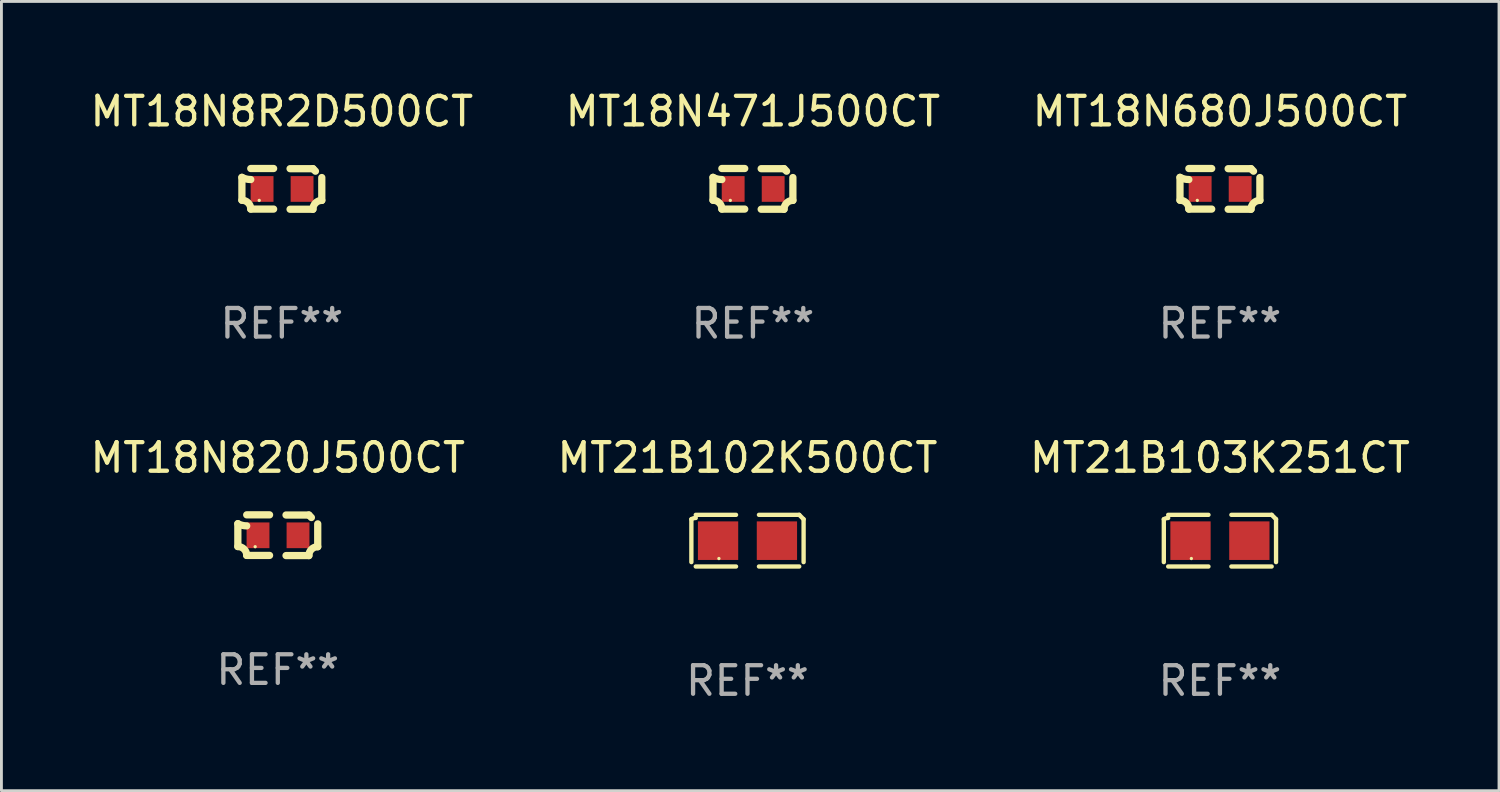
<source format=kicad_pcb>
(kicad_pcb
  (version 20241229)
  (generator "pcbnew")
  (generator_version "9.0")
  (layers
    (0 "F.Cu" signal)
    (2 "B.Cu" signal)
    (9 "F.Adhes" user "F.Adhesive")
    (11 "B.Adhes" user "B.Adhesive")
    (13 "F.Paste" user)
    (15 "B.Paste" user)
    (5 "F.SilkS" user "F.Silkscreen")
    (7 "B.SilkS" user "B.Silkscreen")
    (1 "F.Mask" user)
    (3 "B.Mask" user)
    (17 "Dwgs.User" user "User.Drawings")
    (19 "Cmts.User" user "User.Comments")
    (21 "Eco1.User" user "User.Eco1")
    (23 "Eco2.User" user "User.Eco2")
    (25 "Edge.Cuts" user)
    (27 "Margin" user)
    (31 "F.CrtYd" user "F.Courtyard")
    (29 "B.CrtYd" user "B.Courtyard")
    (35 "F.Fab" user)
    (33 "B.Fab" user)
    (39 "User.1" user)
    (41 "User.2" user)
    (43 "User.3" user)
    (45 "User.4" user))
  (footprint "MT18N680J500CT"
    (layer "F.Cu")
    (at 39.649 3.561)
    (property "Reference" "MT18N680J500CT" (at 0 -2.713 0) (layer "F.SilkS") (effects (font (size 1 1) (thickness 0.15))))
    (attr through_hole)
    (fp_line (start -1.398 -0.403) (end -1.398 0.397) (stroke (width 0.254) (type solid)) (layer "F.SilkS"))
    (fp_line (start -0.288 -0.713) (end -1.088 -0.713) (stroke (width 0.254) (type solid)) (layer "F.SilkS"))
    (fp_line (start -0.288 0.707) (end -1.088 0.707) (stroke (width 0.254) (type solid)) (layer "F.SilkS"))
    (fp_line (start 0.288 -0.707) (end 1.088 -0.707) (stroke (width 0.254) (type solid)) (layer "F.SilkS"))
    (fp_line (start 0.288 0.713) (end 1.088 0.713) (stroke (width 0.254) (type solid)) (layer "F.SilkS"))
    (fp_line (start 1.398 -0.397) (end 1.398 0.403) (stroke (width 0.254) (type solid)) (layer "F.SilkS"))
    (fp_arc (start -1.397789 0.397066) (mid -1.178701 0.487826) (end -1.08796 0.706922) (stroke (width 0.254001) (type solid)) (layer "F.SilkS"))
    (fp_arc (start -1.08796 -0.327176) (mid -1.247436 -0.346384) (end -1.39779 -0.402908) (stroke (width 0.254001) (type solid)) (layer "F.SilkS"))
    (fp_arc (start 1.087909 0.712738) (mid 1.178656 0.493655) (end 1.397739 0.402908) (stroke (width 0.254001) (type solid)) (layer "F.SilkS"))
    (fp_arc (start 1.175925 -0.618926) (mid 1.131917 -0.662923) (end 1.08791 -0.706922) (stroke (width 0.254001) (type solid)) (layer "F.SilkS"))
    (fp_circle (center -0.792 0.403) (end -0.762 0.403) (stroke (width 0.06) (type solid)) (fill no) (layer "F.SilkS"))
    (fp_text user "REF**" (at 0 4.713 0) (layer "F.Fab") (effects (font (size 1 1) (thickness 0.15))))
    (pad "1" smd rect (at -0.692 0.003) (size 0.8 0.9) (layers "F.Cu" "F.Mask" "F.Paste"))
    (pad "2" smd rect (at 0.708 0.003) (size 0.8 0.9) (layers "F.Cu" "F.Mask" "F.Paste")))
  (footprint "MT18N8R2D500CT"
    (layer "F.Cu")
    (at 6.815 3.561)
    (property "Reference" "MT18N8R2D500CT" (at 0 -2.713 0) (layer "F.SilkS") (effects (font (size 1 1) (thickness 0.15))))
    (attr through_hole)
    (fp_line (start -1.398 -0.403) (end -1.398 0.397) (stroke (width 0.254) (type solid)) (layer "F.SilkS"))
    (fp_line (start -0.288 -0.713) (end -1.088 -0.713) (stroke (width 0.254) (type solid)) (layer "F.SilkS"))
    (fp_line (start -0.288 0.707) (end -1.088 0.707) (stroke (width 0.254) (type solid)) (layer "F.SilkS"))
    (fp_line (start 0.288 -0.707) (end 1.088 -0.707) (stroke (width 0.254) (type solid)) (layer "F.SilkS"))
    (fp_line (start 0.288 0.713) (end 1.088 0.713) (stroke (width 0.254) (type solid)) (layer "F.SilkS"))
    (fp_line (start 1.398 -0.397) (end 1.398 0.403) (stroke (width 0.254) (type solid)) (layer "F.SilkS"))
    (fp_arc (start -1.397789 0.397066) (mid -1.178701 0.487826) (end -1.08796 0.706922) (stroke (width 0.254001) (type solid)) (layer "F.SilkS"))
    (fp_arc (start -1.08796 -0.327176) (mid -1.247436 -0.346384) (end -1.39779 -0.402908) (stroke (width 0.254001) (type solid)) (layer "F.SilkS"))
    (fp_arc (start 1.087909 0.712738) (mid 1.178656 0.493655) (end 1.397739 0.402908) (stroke (width 0.254001) (type solid)) (layer "F.SilkS"))
    (fp_arc (start 1.175925 -0.618926) (mid 1.131917 -0.662923) (end 1.08791 -0.706922) (stroke (width 0.254001) (type solid)) (layer "F.SilkS"))
    (fp_circle (center -0.792 0.403) (end -0.762 0.403) (stroke (width 0.06) (type solid)) (fill no) (layer "F.SilkS"))
    (fp_text user "REF**" (at 0 4.713 0) (layer "F.Fab") (effects (font (size 1 1) (thickness 0.15))))
    (pad "1" smd rect (at -0.692 0.003) (size 0.8 0.9) (layers "F.Cu" "F.Mask" "F.Paste"))
    (pad "2" smd rect (at 0.708 0.003) (size 0.8 0.9) (layers "F.Cu" "F.Mask" "F.Paste")))
  (footprint "MT18N471J500CT"
    (layer "F.Cu")
    (at 23.304 3.561)
    (property "Reference" "MT18N471J500CT" (at 0 -2.713 0) (layer "F.SilkS") (effects (font (size 1 1) (thickness 0.15))))
    (attr through_hole)
    (fp_line (start -1.398 -0.403) (end -1.398 0.397) (stroke (width 0.254) (type solid)) (layer "F.SilkS"))
    (fp_line (start -0.288 -0.713) (end -1.088 -0.713) (stroke (width 0.254) (type solid)) (layer "F.SilkS"))
    (fp_line (start -0.288 0.707) (end -1.088 0.707) (stroke (width 0.254) (type solid)) (layer "F.SilkS"))
    (fp_line (start 0.288 -0.707) (end 1.088 -0.707) (stroke (width 0.254) (type solid)) (layer "F.SilkS"))
    (fp_line (start 0.288 0.713) (end 1.088 0.713) (stroke (width 0.254) (type solid)) (layer "F.SilkS"))
    (fp_line (start 1.398 -0.397) (end 1.398 0.403) (stroke (width 0.254) (type solid)) (layer "F.SilkS"))
    (fp_arc (start -1.397789 0.397066) (mid -1.178701 0.487826) (end -1.08796 0.706922) (stroke (width 0.254001) (type solid)) (layer "F.SilkS"))
    (fp_arc (start -1.08796 -0.327176) (mid -1.247436 -0.346384) (end -1.39779 -0.402908) (stroke (width 0.254001) (type solid)) (layer "F.SilkS"))
    (fp_arc (start 1.087909 0.712738) (mid 1.178656 0.493655) (end 1.397739 0.402908) (stroke (width 0.254001) (type solid)) (layer "F.SilkS"))
    (fp_arc (start 1.175925 -0.618926) (mid 1.131917 -0.662923) (end 1.08791 -0.706922) (stroke (width 0.254001) (type solid)) (layer "F.SilkS"))
    (fp_circle (center -0.792 0.403) (end -0.762 0.403) (stroke (width 0.06) (type solid)) (fill no) (layer "F.SilkS"))
    (fp_text user "REF**" (at 0 4.713 0) (layer "F.Fab") (effects (font (size 1 1) (thickness 0.15))))
    (pad "1" smd rect (at -0.692 0.003) (size 0.8 0.9) (layers "F.Cu" "F.Mask" "F.Paste"))
    (pad "2" smd rect (at 0.708 0.003) (size 0.8 0.9) (layers "F.Cu" "F.Mask" "F.Paste")))
  (footprint "MT21B103K251CT"
    (layer "F.Cu")
    (at 39.649 15.874)
    (property "Reference" "MT21B103K251CT" (at 0 -2.904 0) (layer "F.SilkS") (effects (font (size 1 1) (thickness 0.15))))
    (attr through_hole)
    (fp_line (start -1.964 0.751) (end -1.964 -0.751) (stroke (width 0.152) (type solid)) (layer "F.SilkS"))
    (fp_line (start -1.811 -0.904) (end -0.401 -0.904) (stroke (width 0.152) (type solid)) (layer "F.SilkS"))
    (fp_line (start -0.401 0.904) (end -1.811 0.904) (stroke (width 0.152) (type solid)) (layer "F.SilkS"))
    (fp_line (start 0.401 0.904) (end 1.811 0.904) (stroke (width 0.152) (type solid)) (layer "F.SilkS"))
    (fp_line (start 1.811 -0.904) (end 0.401 -0.904) (stroke (width 0.152) (type solid)) (layer "F.SilkS"))
    (fp_line (start 1.964 0.751) (end 1.964 -0.751) (stroke (width 0.152) (type solid)) (layer "F.SilkS"))
    (fp_arc (start -1.963602 -0.751207) (mid -1.890354 -0.783131) (end -1.811201 -0.794044) (stroke (width 0.1524) (type solid)) (layer "F.SilkS"))
    (fp_arc (start 1.811202 -0.903607) (mid 1.887413 -0.827418) (end 1.963602 -0.751207) (stroke (width 0.1524) (type solid)) (layer "F.SilkS"))
    (fp_circle (center -1 0.625) (end -0.97 0.625) (stroke (width 0.06) (type solid)) (fill no) (layer "F.SilkS"))
    (fp_text user "REF**" (at 0 4.904 0) (layer "F.Fab") (effects (font (size 1 1) (thickness 0.15))))
    (pad "1" smd rect (at -1.03 0) (size 1.41 1.35) (layers "F.Cu" "F.Mask" "F.Paste"))
    (pad "2" smd rect (at 1.03 0) (size 1.41 1.35) (layers "F.Cu" "F.Mask" "F.Paste")))
  (footprint "MT18N820J500CT"
    (layer "F.Cu")
    (at 6.673 15.683)
    (property "Reference" "MT18N820J500CT" (at 0 -2.713 0) (layer "F.SilkS") (effects (font (size 1 1) (thickness 0.15))))
    (attr through_hole)
    (fp_line (start -1.398 -0.403) (end -1.398 0.397) (stroke (width 0.254) (type solid)) (layer "F.SilkS"))
    (fp_line (start -0.288 -0.713) (end -1.088 -0.713) (stroke (width 0.254) (type solid)) (layer "F.SilkS"))
    (fp_line (start -0.288 0.707) (end -1.088 0.707) (stroke (width 0.254) (type solid)) (layer "F.SilkS"))
    (fp_line (start 0.288 -0.707) (end 1.088 -0.707) (stroke (width 0.254) (type solid)) (layer "F.SilkS"))
    (fp_line (start 0.288 0.713) (end 1.088 0.713) (stroke (width 0.254) (type solid)) (layer "F.SilkS"))
    (fp_line (start 1.398 -0.397) (end 1.398 0.403) (stroke (width 0.254) (type solid)) (layer "F.SilkS"))
    (fp_arc (start -1.397789 0.397066) (mid -1.178701 0.487826) (end -1.08796 0.706922) (stroke (width 0.254001) (type solid)) (layer "F.SilkS"))
    (fp_arc (start -1.08796 -0.327176) (mid -1.247436 -0.346384) (end -1.39779 -0.402908) (stroke (width 0.254001) (type solid)) (layer "F.SilkS"))
    (fp_arc (start 1.087909 0.712738) (mid 1.178656 0.493655) (end 1.397739 0.402908) (stroke (width 0.254001) (type solid)) (layer "F.SilkS"))
    (fp_arc (start 1.175925 -0.618926) (mid 1.131917 -0.662923) (end 1.08791 -0.706922) (stroke (width 0.254001) (type solid)) (layer "F.SilkS"))
    (fp_circle (center -0.792 0.403) (end -0.762 0.403) (stroke (width 0.06) (type solid)) (fill no) (layer "F.SilkS"))
    (fp_text user "REF**" (at 0 4.713 0) (layer "F.Fab") (effects (font (size 1 1) (thickness 0.15))))
    (pad "1" smd rect (at -0.692 0.003) (size 0.8 0.9) (layers "F.Cu" "F.Mask" "F.Paste"))
    (pad "2" smd rect (at 0.708 0.003) (size 0.8 0.9) (layers "F.Cu" "F.Mask" "F.Paste")))
  (footprint "MT21B102K500CT"
    (layer "F.Cu")
    (at 23.113 15.874)
    (property "Reference" "MT21B102K500CT" (at 0 -2.904 0) (layer "F.SilkS") (effects (font (size 1 1) (thickness 0.15))))
    (attr through_hole)
    (fp_line (start -1.964 0.751) (end -1.964 -0.751) (stroke (width 0.152) (type solid)) (layer "F.SilkS"))
    (fp_line (start -1.811 -0.904) (end -0.401 -0.904) (stroke (width 0.152) (type solid)) (layer "F.SilkS"))
    (fp_line (start -0.401 0.904) (end -1.811 0.904) (stroke (width 0.152) (type solid)) (layer "F.SilkS"))
    (fp_line (start 0.401 0.904) (end 1.811 0.904) (stroke (width 0.152) (type solid)) (layer "F.SilkS"))
    (fp_line (start 1.811 -0.904) (end 0.401 -0.904) (stroke (width 0.152) (type solid)) (layer "F.SilkS"))
    (fp_line (start 1.964 0.751) (end 1.964 -0.751) (stroke (width 0.152) (type solid)) (layer "F.SilkS"))
    (fp_arc (start -1.963602 -0.751207) (mid -1.890354 -0.783131) (end -1.811201 -0.794044) (stroke (width 0.1524) (type solid)) (layer "F.SilkS"))
    (fp_arc (start 1.811202 -0.903607) (mid 1.887413 -0.827418) (end 1.963602 -0.751207) (stroke (width 0.1524) (type solid)) (layer "F.SilkS"))
    (fp_circle (center -1 0.625) (end -0.97 0.625) (stroke (width 0.06) (type solid)) (fill no) (layer "F.SilkS"))
    (fp_text user "REF**" (at 0 4.904 0) (layer "F.Fab") (effects (font (size 1 1) (thickness 0.15))))
    (pad "1" smd rect (at -1.03 0) (size 1.41 1.35) (layers "F.Cu" "F.Mask" "F.Paste"))
    (pad "2" smd rect (at 1.03 0) (size 1.41 1.35) (layers "F.Cu" "F.Mask" "F.Paste")))
  (gr_rect
    (start -3 -3)
    (end 49.417 24.626)
    (stroke (width 0.1) (type default))
    (fill no)
    (layer "Edge.Cuts")))
</source>
